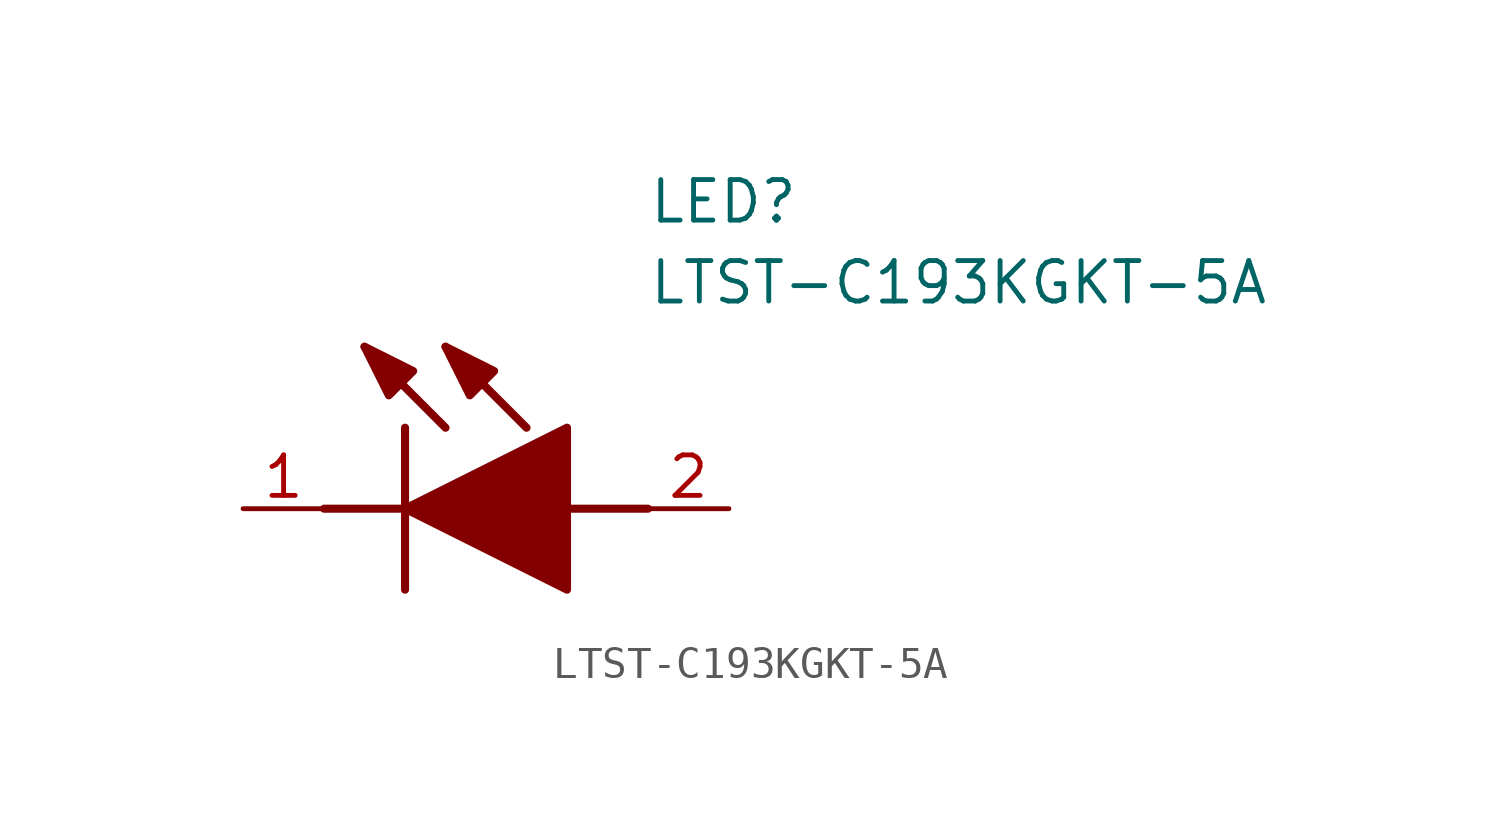
<source format=kicad_sym>
(kicad_symbol_lib
  (version 20211014)
  (generator SamacSys_ECAD_Model)
  (symbol "LTST-C193KGKT-5A"
    (pin_names hide)
    (property "Reference" "LED"
      (at 12.7 8.89 0)
      (effects (font (size 1.27 1.27)) (justify left bottom)))
    (property "Value" "LTST-C193KGKT-5A"
      (at 12.7 6.35 0)
      (effects (font (size 1.27 1.27)) (justify left bottom)))
    (polyline
      (pts (xy 5.08 2.54) (xy 5.08 -2.54))
      (stroke (width 0.254) (type default))
      (fill (type none)))
    (polyline
      (pts (xy 6.35 2.54) (xy 3.81 5.08))
      (stroke (width 0.254) (type default))
      (fill (type none)))
    (polyline
      (pts (xy 8.89 2.54) (xy 6.35 5.08))
      (stroke (width 0.254) (type default))
      (fill (type none)))
    (polyline
      (pts (xy 2.54 0) (xy 5.08 0))
      (stroke (width 0.254) (type default))
      (fill (type none)))
    (polyline
      (pts (xy 10.16 0) (xy 12.7 0))
      (stroke (width 0.254) (type default))
      (fill (type none)))
    (polyline
      (pts (xy 5.08 0) (xy 10.16 2.54) (xy 10.16 -2.54) (xy 5.08 0))
      (stroke (width 0.254) (type default))
      (fill (type outline)))
    (polyline
      (pts (xy 5.334 4.318) (xy 4.572 3.556) (xy 3.81 5.08) (xy 5.334 4.318))
      (stroke (width 0.254) (type default))
      (fill (type outline)))
    (polyline
      (pts (xy 7.874 4.318) (xy 7.112 3.556) (xy 6.35 5.08) (xy 7.874 4.318))
      (stroke (width 0.254) (type default))
      (fill (type outline)))
    (pin passive line
      (at 0 0 0)
      (length 2.54)
      (name "K" (effects (font (size 1.27 1.27))))
      (number "1" (effects (font (size 1.27 1.27)))))
    (pin passive line
      (at 15.24 0 180)
      (length 2.54)
      (name "A" (effects (font (size 1.27 1.27))))
      (number "2" (effects (font (size 1.27 1.27)))))))
</source>
